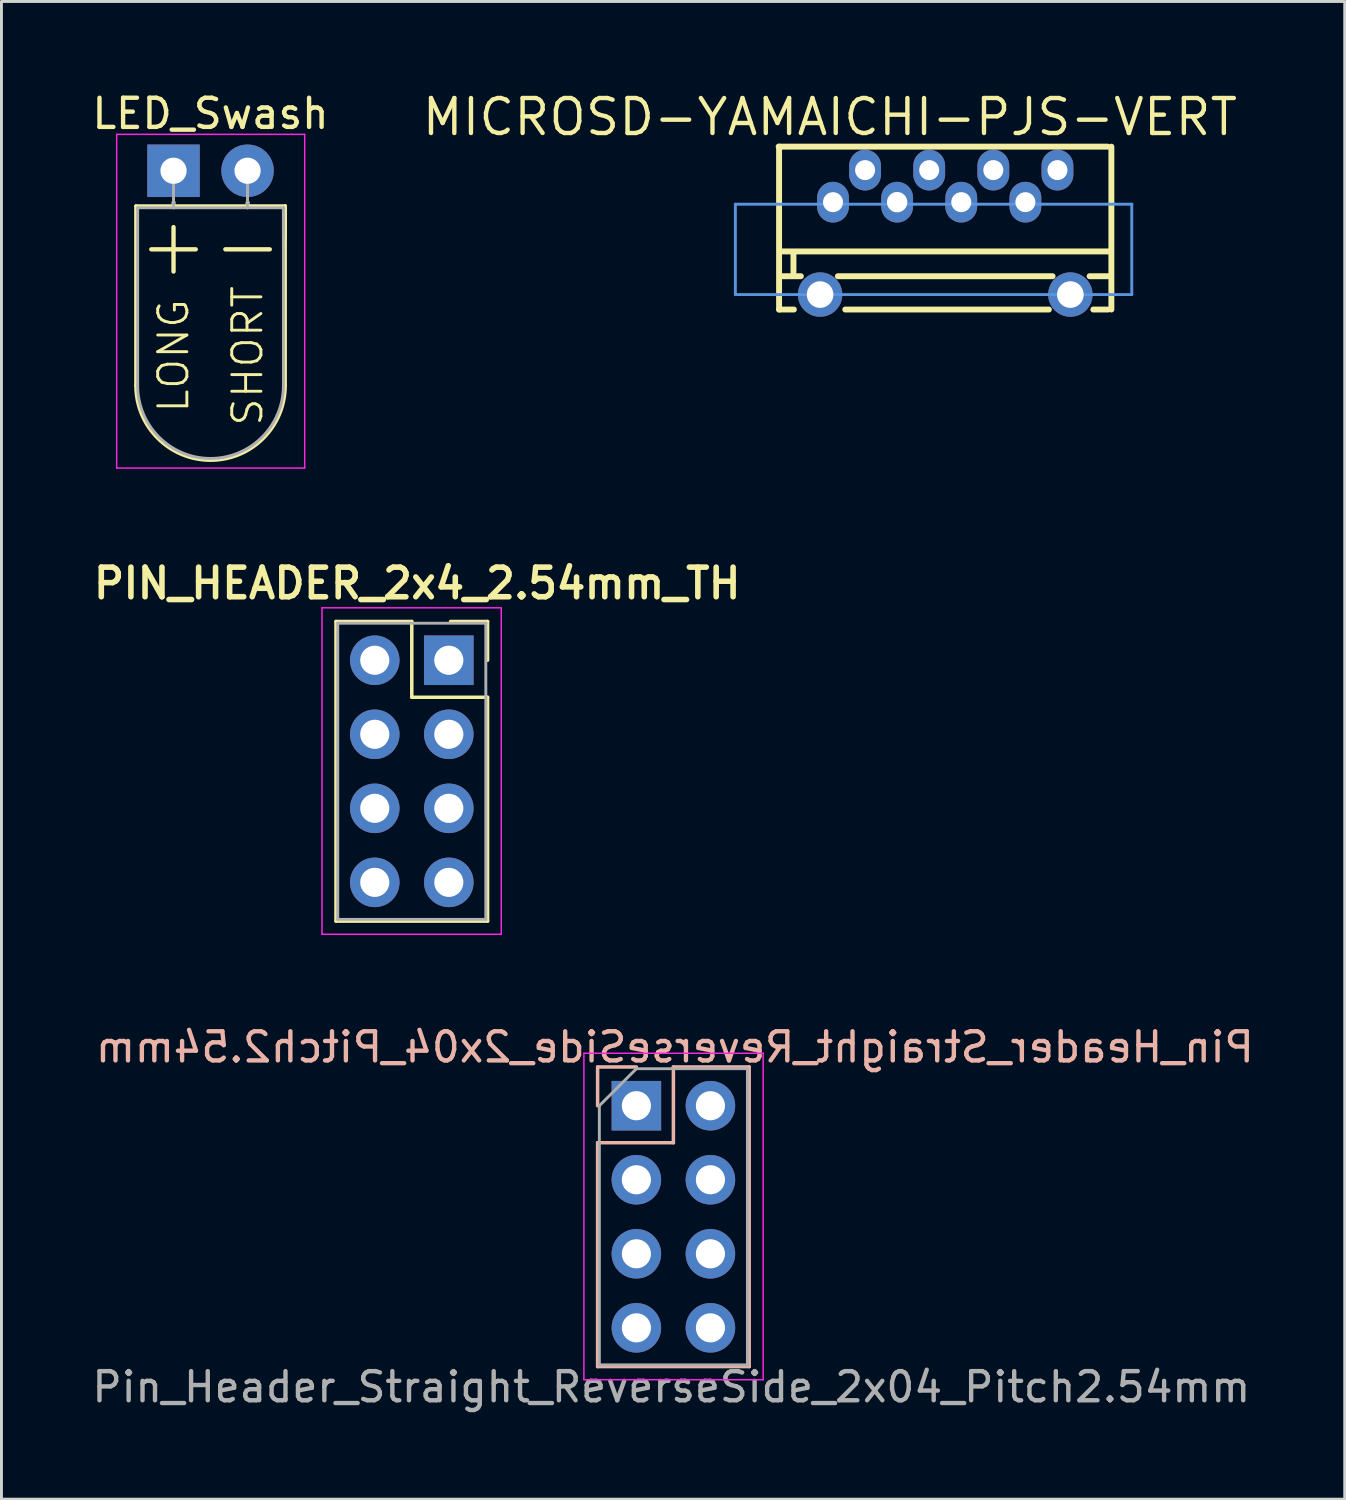
<source format=kicad_pcb>
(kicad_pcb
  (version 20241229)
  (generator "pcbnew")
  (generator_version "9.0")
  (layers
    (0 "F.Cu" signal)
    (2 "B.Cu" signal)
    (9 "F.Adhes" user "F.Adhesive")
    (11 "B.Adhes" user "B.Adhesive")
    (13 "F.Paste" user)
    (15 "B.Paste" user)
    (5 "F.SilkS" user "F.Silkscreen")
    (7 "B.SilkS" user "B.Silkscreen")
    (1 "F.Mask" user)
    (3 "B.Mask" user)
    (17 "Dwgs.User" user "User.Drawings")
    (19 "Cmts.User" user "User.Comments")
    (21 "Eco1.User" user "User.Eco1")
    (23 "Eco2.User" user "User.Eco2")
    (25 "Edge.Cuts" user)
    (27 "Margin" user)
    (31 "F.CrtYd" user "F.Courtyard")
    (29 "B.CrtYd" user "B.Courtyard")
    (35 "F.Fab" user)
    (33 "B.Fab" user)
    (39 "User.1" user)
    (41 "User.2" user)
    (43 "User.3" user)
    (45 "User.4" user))
  (footprint "PIN_HEADER_2x4_2.54mm_TH"
    (layer "F.Cu")
    (at 12.347 19.601)
    (property "Reference" "PIN_HEADER_2x4_2.54mm_TH" (at -1.084 -2.639 0) (layer "F.SilkS") (effects (font (size 1.016 1.016) (thickness 0.191))))
    (attr through_hole)
    (fp_line (start -3.87 -1.33) (end -1.27 -1.33) (stroke (width 0.12) (type solid)) (layer "F.SilkS"))
    (fp_line (start -3.87 8.95) (end -3.87 -1.33) (stroke (width 0.12) (type solid)) (layer "F.SilkS"))
    (fp_line (start -1.27 -1.33) (end -1.27 1.27) (stroke (width 0.12) (type solid)) (layer "F.SilkS"))
    (fp_line (start -1.27 1.27) (end 1.33 1.27) (stroke (width 0.12) (type solid)) (layer "F.SilkS"))
    (fp_line (start 1.33 -1.33) (end 0.06 -1.33) (stroke (width 0.12) (type solid)) (layer "F.SilkS"))
    (fp_line (start 1.33 0) (end 1.33 -1.33) (stroke (width 0.12) (type solid)) (layer "F.SilkS"))
    (fp_line (start 1.33 1.27) (end 1.33 8.95) (stroke (width 0.12) (type solid)) (layer "F.SilkS"))
    (fp_line (start 1.33 8.95) (end -3.87 8.95) (stroke (width 0.12) (type solid)) (layer "F.SilkS"))
    (fp_line (start -4.35 -1.8) (end -4.35 9.4) (stroke (width 0.05) (type solid)) (layer "F.CrtYd"))
    (fp_line (start -4.35 9.4) (end 1.8 9.4) (stroke (width 0.05) (type solid)) (layer "F.CrtYd"))
    (fp_line (start 1.8 -1.8) (end -4.35 -1.8) (stroke (width 0.05) (type solid)) (layer "F.CrtYd"))
    (fp_line (start 1.8 9.4) (end 1.8 -1.8) (stroke (width 0.05) (type solid)) (layer "F.CrtYd"))
    (fp_line (start -3.81 -1.27) (end -3.81 8.89) (stroke (width 0.1) (type solid)) (layer "F.Fab"))
    (fp_line (start -3.81 8.89) (end 1.27 8.89) (stroke (width 0.1) (type solid)) (layer "F.Fab"))
    (fp_line (start 1.27 -1.27) (end -3.81 -1.27) (stroke (width 0.1) (type solid)) (layer "F.Fab"))
    (fp_line (start 1.27 8.89) (end 1.27 -1.27) (stroke (width 0.1) (type solid)) (layer "F.Fab"))
    (fp_text user "" (at -1.27 -2.33 0) (layer "F.Fab") (effects (font (size 1.016 1.016) (thickness 0.191))))
    (pad "1" thru_hole rect (at 0 0) (size 1.7 1.7) (drill 1) (layers "*.Cu" "*.Mask"))
    (pad "2" thru_hole oval (at -2.54 0) (size 1.7 1.7) (drill 1) (layers "*.Cu" "*.Mask"))
    (pad "3" thru_hole oval (at 0 2.54) (size 1.7 1.7) (drill 1) (layers "*.Cu" "*.Mask"))
    (pad "4" thru_hole oval (at -2.54 2.54) (size 1.7 1.7) (drill 1) (layers "*.Cu" "*.Mask"))
    (pad "5" thru_hole oval (at 0 5.08) (size 1.7 1.7) (drill 1) (layers "*.Cu" "*.Mask"))
    (pad "6" thru_hole oval (at -2.54 5.08) (size 1.7 1.7) (drill 1) (layers "*.Cu" "*.Mask"))
    (pad "7" thru_hole oval (at 0 7.62) (size 1.7 1.7) (drill 1) (layers "*.Cu" "*.Mask"))
    (pad "8" thru_hole oval (at -2.54 7.62) (size 1.7 1.7) (drill 1) (layers "*.Cu" "*.Mask")))
  (footprint "MICROSD-YAMAICHI-PJS-VERT"
    (layer "F.Cu")
    (at 28.978 5.506)
    (property "Reference" "MICROSD-YAMAICHI-PJS-VERT" (at -3.556 -4.541 180) (layer "F.SilkS") (effects (font (size 1.2 1.2) (thickness 0.15))))
    (attr through_hole)
    (fp_line (start -5.3 -3.525) (end -5.3 2.063) (stroke (width 0.203) (type solid)) (layer "F.SilkS"))
    (fp_line (start -5.3 2.063) (end -4.792 2.063) (stroke (width 0.203) (type solid)) (layer "F.SilkS"))
    (fp_line (start -5.188 0.07) (end 6.042 0.07) (stroke (width 0.203) (type solid)) (layer "F.SilkS"))
    (fp_line (start -5.188 0.92) (end -4.553 0.92) (stroke (width 0.203) (type solid)) (layer "F.SilkS"))
    (fp_line (start -4.807 0.158) (end -4.807 0.793) (stroke (width 0.203) (type solid)) (layer "F.SilkS"))
    (fp_line (start -3.283 0.92) (end 4.083 0.92) (stroke (width 0.203) (type solid)) (layer "F.SilkS"))
    (fp_line (start -3.029 2.063) (end 3.956 2.063) (stroke (width 0.203) (type solid)) (layer "F.SilkS"))
    (fp_line (start 5.353 0.92) (end 5.988 0.92) (stroke (width 0.203) (type solid)) (layer "F.SilkS"))
    (fp_line (start 5.48 2.063) (end 5.988 2.063) (stroke (width 0.203) (type solid)) (layer "F.SilkS"))
    (fp_line (start 5.973 -3.525) (end -5.315 -3.525) (stroke (width 0.203) (type solid)) (layer "F.SilkS"))
    (fp_line (start 6.1 -3.525) (end 6.1 2.063) (stroke (width 0.203) (type solid)) (layer "F.SilkS"))
    (fp_line (start -6.8 -1.55) (end -6.8 1.55) (stroke (width 0.1) (type solid)) (layer "Cmts.User"))
    (fp_line (start -6.8 -1.55) (end 6.8 -1.55) (stroke (width 0.1) (type solid)) (layer "Cmts.User"))
    (fp_line (start -6.8 1.55) (end 6.8 1.55) (stroke (width 0.1) (type solid)) (layer "Cmts.User"))
    (fp_line (start 6.8 -1.55) (end 6.8 1.55) (stroke (width 0.1) (type solid)) (layer "Cmts.User"))
    (fp_line (start -6.4 -1.15) (end -6.4 1.15) (stroke (width 0.1) (type solid)) (layer "Eco1.User"))
    (fp_line (start -6.4 -1.15) (end 6.4 -1.15) (stroke (width 0.1) (type solid)) (layer "Eco1.User"))
    (fp_line (start -6.4 1.15) (end 6.4 1.15) (stroke (width 0.1) (type solid)) (layer "Eco1.User"))
    (fp_line (start 6.4 -1.15) (end 6.4 1.15) (stroke (width 0.1) (type solid)) (layer "Eco1.User"))
    (pad "1" thru_hole oval (at -3.45 -1.62) (size 1.092 1.397) (drill 0.686) (layers "*.Cu" "*.Mask"))
    (pad "2" thru_hole oval (at -2.35 -2.72) (size 1.092 1.397) (drill 0.686) (layers "*.Cu" "*.Mask"))
    (pad "3" thru_hole oval (at -1.25 -1.62) (size 1.092 1.397) (drill 0.7) (layers "*.Cu" "*.Mask"))
    (pad "4" thru_hole oval (at -0.15 -2.72) (size 1.092 1.397) (drill 0.686) (layers "*.Cu" "*.Mask"))
    (pad "5" thru_hole oval (at 0.95 -1.62) (size 1.092 1.397) (drill 0.686) (layers "*.Cu" "*.Mask"))
    (pad "6" thru_hole oval (at 2.05 -2.72) (size 1.092 1.397) (drill 0.686) (layers "*.Cu" "*.Mask"))
    (pad "7" thru_hole oval (at 3.15 -1.62) (size 1.092 1.397) (drill 0.686) (layers "*.Cu" "*.Mask"))
    (pad "8" thru_hole oval (at 4.25 -2.72) (size 1.092 1.397) (drill 0.686) (layers "*.Cu" "*.Mask"))
    (pad "9" thru_hole oval (at -3.893 1.55) (size 1.524 1.524) (drill 0.914) (layers "*.Cu" "*.Mask"))
    (pad "10" thru_hole oval (at 4.693 1.55) (size 1.524 1.524) (drill 0.914) (layers "*.Cu" "*.Mask")))
  (footprint "LED_Swash"
    (layer "F.Cu")
    (at 2.903 2.808)
    (property "Reference" "LED_Swash" (at 1.27 -1.96 0) (layer "F.SilkS") (effects (font (size 1 1) (thickness 0.15))))
    (attr through_hole)
    (fp_line (start -1.29 1.21) (end -1.29 7.37) (stroke (width 0.12) (type solid)) (layer "F.SilkS"))
    (fp_line (start -1.29 1.21) (end 3.83 1.21) (stroke (width 0.12) (type solid)) (layer "F.SilkS"))
    (fp_line (start 0 1.08) (end 0 1.08) (stroke (width 0.12) (type solid)) (layer "F.SilkS"))
    (fp_line (start 0 1.08) (end 0 1.21) (stroke (width 0.12) (type solid)) (layer "F.SilkS"))
    (fp_line (start 0 1.21) (end 0 1.08) (stroke (width 0.12) (type solid)) (layer "F.SilkS"))
    (fp_line (start 0 1.21) (end 0 1.21) (stroke (width 0.12) (type solid)) (layer "F.SilkS"))
    (fp_line (start 2.54 1.08) (end 2.54 1.08) (stroke (width 0.12) (type solid)) (layer "F.SilkS"))
    (fp_line (start 2.54 1.08) (end 2.54 1.21) (stroke (width 0.12) (type solid)) (layer "F.SilkS"))
    (fp_line (start 2.54 1.21) (end 2.54 1.08) (stroke (width 0.12) (type solid)) (layer "F.SilkS"))
    (fp_line (start 2.54 1.21) (end 2.54 1.21) (stroke (width 0.12) (type solid)) (layer "F.SilkS"))
    (fp_line (start 3.83 1.21) (end 3.83 7.37) (stroke (width 0.12) (type solid)) (layer "F.SilkS"))
    (fp_line (start 3.83 2.33) (end 3.83 1.21) (stroke (width 0.12) (type solid)) (layer "F.SilkS"))
    (fp_arc (start 3.83 7.37) (mid 1.27 9.93) (end -1.29 7.37) (stroke (width 0.12) (type solid)) (layer "F.SilkS"))
    (fp_line (start -1.95 -1.25) (end -1.95 10.2) (stroke (width 0.05) (type solid)) (layer "F.CrtYd"))
    (fp_line (start -1.95 10.2) (end 4.5 10.2) (stroke (width 0.05) (type solid)) (layer "F.CrtYd"))
    (fp_line (start 4.5 -1.25) (end -1.95 -1.25) (stroke (width 0.05) (type solid)) (layer "F.CrtYd"))
    (fp_line (start 4.5 10.2) (end 4.5 -1.25) (stroke (width 0.05) (type solid)) (layer "F.CrtYd"))
    (fp_line (start -1.23 1.27) (end -1.23 7.37) (stroke (width 0.1) (type solid)) (layer "F.Fab"))
    (fp_line (start -1.23 1.27) (end 3.77 1.27) (stroke (width 0.1) (type solid)) (layer "F.Fab"))
    (fp_line (start 0 0) (end 0 0) (stroke (width 0.1) (type solid)) (layer "F.Fab"))
    (fp_line (start 0 0) (end 0 1.27) (stroke (width 0.1) (type solid)) (layer "F.Fab"))
    (fp_line (start 0 1.27) (end 0 0) (stroke (width 0.1) (type solid)) (layer "F.Fab"))
    (fp_line (start 0 1.27) (end 0 1.27) (stroke (width 0.1) (type solid)) (layer "F.Fab"))
    (fp_line (start 2.54 0) (end 2.54 0) (stroke (width 0.1) (type solid)) (layer "F.Fab"))
    (fp_line (start 2.54 0) (end 2.54 1.27) (stroke (width 0.1) (type solid)) (layer "F.Fab"))
    (fp_line (start 2.54 1.27) (end 2.54 0) (stroke (width 0.1) (type solid)) (layer "F.Fab"))
    (fp_line (start 2.54 1.27) (end 2.54 1.27) (stroke (width 0.1) (type solid)) (layer "F.Fab"))
    (fp_line (start 3.77 1.27) (end 3.77 7.37) (stroke (width 0.1) (type solid)) (layer "F.Fab"))
    (fp_line (start 3.77 2.27) (end 3.77 1.27) (stroke (width 0.1) (type solid)) (layer "F.Fab"))
    (fp_arc (start 3.77 7.37) (mid 1.27 9.87) (end -1.23 7.37) (stroke (width 0.1) (type solid)) (layer "F.Fab"))
    (fp_text user "+" (at 0 2.54 0) (layer "F.SilkS") (effects (font (size 2 2) (thickness 0.15))))
    (fp_text user "-" (at 2.54 2.54 0) (layer "F.SilkS") (effects (font (size 2 2) (thickness 0.15))))
    (fp_text user "SHORT" (at 2.54 6.35 90) (layer "F.SilkS") (effects (font (size 1 1) (thickness 0.1))))
    (fp_text user "LONG" (at 0 6.35 90) (layer "F.SilkS") (effects (font (size 1 1) (thickness 0.1))))
    (pad "1" thru_hole circle (at 2.54 0) (size 1.8 1.8) (drill 0.9) (layers "*.Cu" "*.Mask"))
    (pad "2" thru_hole rect (at 0 0) (size 1.8 1.8) (drill 0.9) (layers "*.Cu" "*.Mask")))
  (footprint "Pin_Header_Straight_ReverseSide_2x04_Pitch2.54mm"
    (layer "F.Cu")
    (at 20.002 38.694)
    (property "Reference" "Pin_Header_Straight_ReverseSide_2x04_Pitch2.54mm" (at 0.1 -5.82 0) (layer "B.SilkS") (effects (font (size 1 1) (thickness 0.15)) (justify mirror)))
    (attr through_hole)
    (fp_line (start -2.55 -5.14) (end -2.55 -3.81) (stroke (width 0.12) (type solid)) (layer "B.SilkS"))
    (fp_line (start -2.55 -2.54) (end -2.55 5.14) (stroke (width 0.12) (type solid)) (layer "B.SilkS"))
    (fp_line (start -1.22 -5.14) (end -2.55 -5.14) (stroke (width 0.12) (type solid)) (layer "B.SilkS"))
    (fp_line (start 0.05 -2.54) (end -2.55 -2.54) (stroke (width 0.12) (type solid)) (layer "B.SilkS"))
    (fp_line (start 0.05 -2.54) (end 0.05 -5.14) (stroke (width 0.12) (type solid)) (layer "B.SilkS"))
    (fp_line (start 2.65 -5.14) (end 0.05 -5.14) (stroke (width 0.12) (type solid)) (layer "B.SilkS"))
    (fp_line (start 2.65 -5.14) (end 2.65 5.14) (stroke (width 0.12) (type solid)) (layer "B.SilkS"))
    (fp_line (start 2.65 5.14) (end -2.55 5.14) (stroke (width 0.12) (type solid)) (layer "B.SilkS"))
    (fp_line (start -3.02 -5.61) (end -3.02 5.59) (stroke (width 0.05) (type solid)) (layer "F.CrtYd"))
    (fp_line (start -3.02 5.59) (end 3.13 5.59) (stroke (width 0.05) (type solid)) (layer "F.CrtYd"))
    (fp_line (start 3.13 -5.61) (end -3.02 -5.61) (stroke (width 0.05) (type solid)) (layer "F.CrtYd"))
    (fp_line (start 3.13 5.59) (end 3.13 -5.61) (stroke (width 0.05) (type solid)) (layer "F.CrtYd"))
    (fp_line (start -2.49 -3.81) (end -1.22 -5.08) (stroke (width 0.1) (type solid)) (layer "F.Fab"))
    (fp_line (start -2.49 5.08) (end -2.49 -3.81) (stroke (width 0.1) (type solid)) (layer "F.Fab"))
    (fp_line (start -1.22 -5.08) (end 2.59 -5.08) (stroke (width 0.1) (type solid)) (layer "F.Fab"))
    (fp_line (start 2.59 -5.08) (end 2.59 5.08) (stroke (width 0.1) (type solid)) (layer "F.Fab"))
    (fp_line (start 2.59 5.08) (end -2.49 5.08) (stroke (width 0.1) (type solid)) (layer "F.Fab"))
    (fp_text user "${REFERENCE}" (at -0.02 5.84 180) (layer "F.Fab") (effects (font (size 1 1) (thickness 0.15))))
    (pad "1" thru_hole rect (at -1.22 -3.81) (size 1.7 1.7) (drill 1) (layers "*.Cu" "*.Mask"))
    (pad "2" thru_hole oval (at 1.32 -3.81) (size 1.7 1.7) (drill 1) (layers "*.Cu" "*.Mask"))
    (pad "3" thru_hole oval (at -1.22 -1.27) (size 1.7 1.7) (drill 1) (layers "*.Cu" "*.Mask"))
    (pad "4" thru_hole oval (at 1.32 -1.27) (size 1.7 1.7) (drill 1) (layers "*.Cu" "*.Mask"))
    (pad "5" thru_hole oval (at -1.22 1.27) (size 1.7 1.7) (drill 1) (layers "*.Cu" "*.Mask"))
    (pad "6" thru_hole oval (at 1.32 1.27) (size 1.7 1.7) (drill 1) (layers "*.Cu" "*.Mask"))
    (pad "7" thru_hole oval (at -1.22 3.81) (size 1.7 1.7) (drill 1) (layers "*.Cu" "*.Mask"))
    (pad "8" thru_hole oval (at 1.32 3.81) (size 1.7 1.7) (drill 1) (layers "*.Cu" "*.Mask")))
  (gr_rect
    (start -3 -3)
    (end 43.084 48.382)
    (stroke (width 0.1) (type default))
    (fill no)
    (layer "Edge.Cuts")))
</source>
